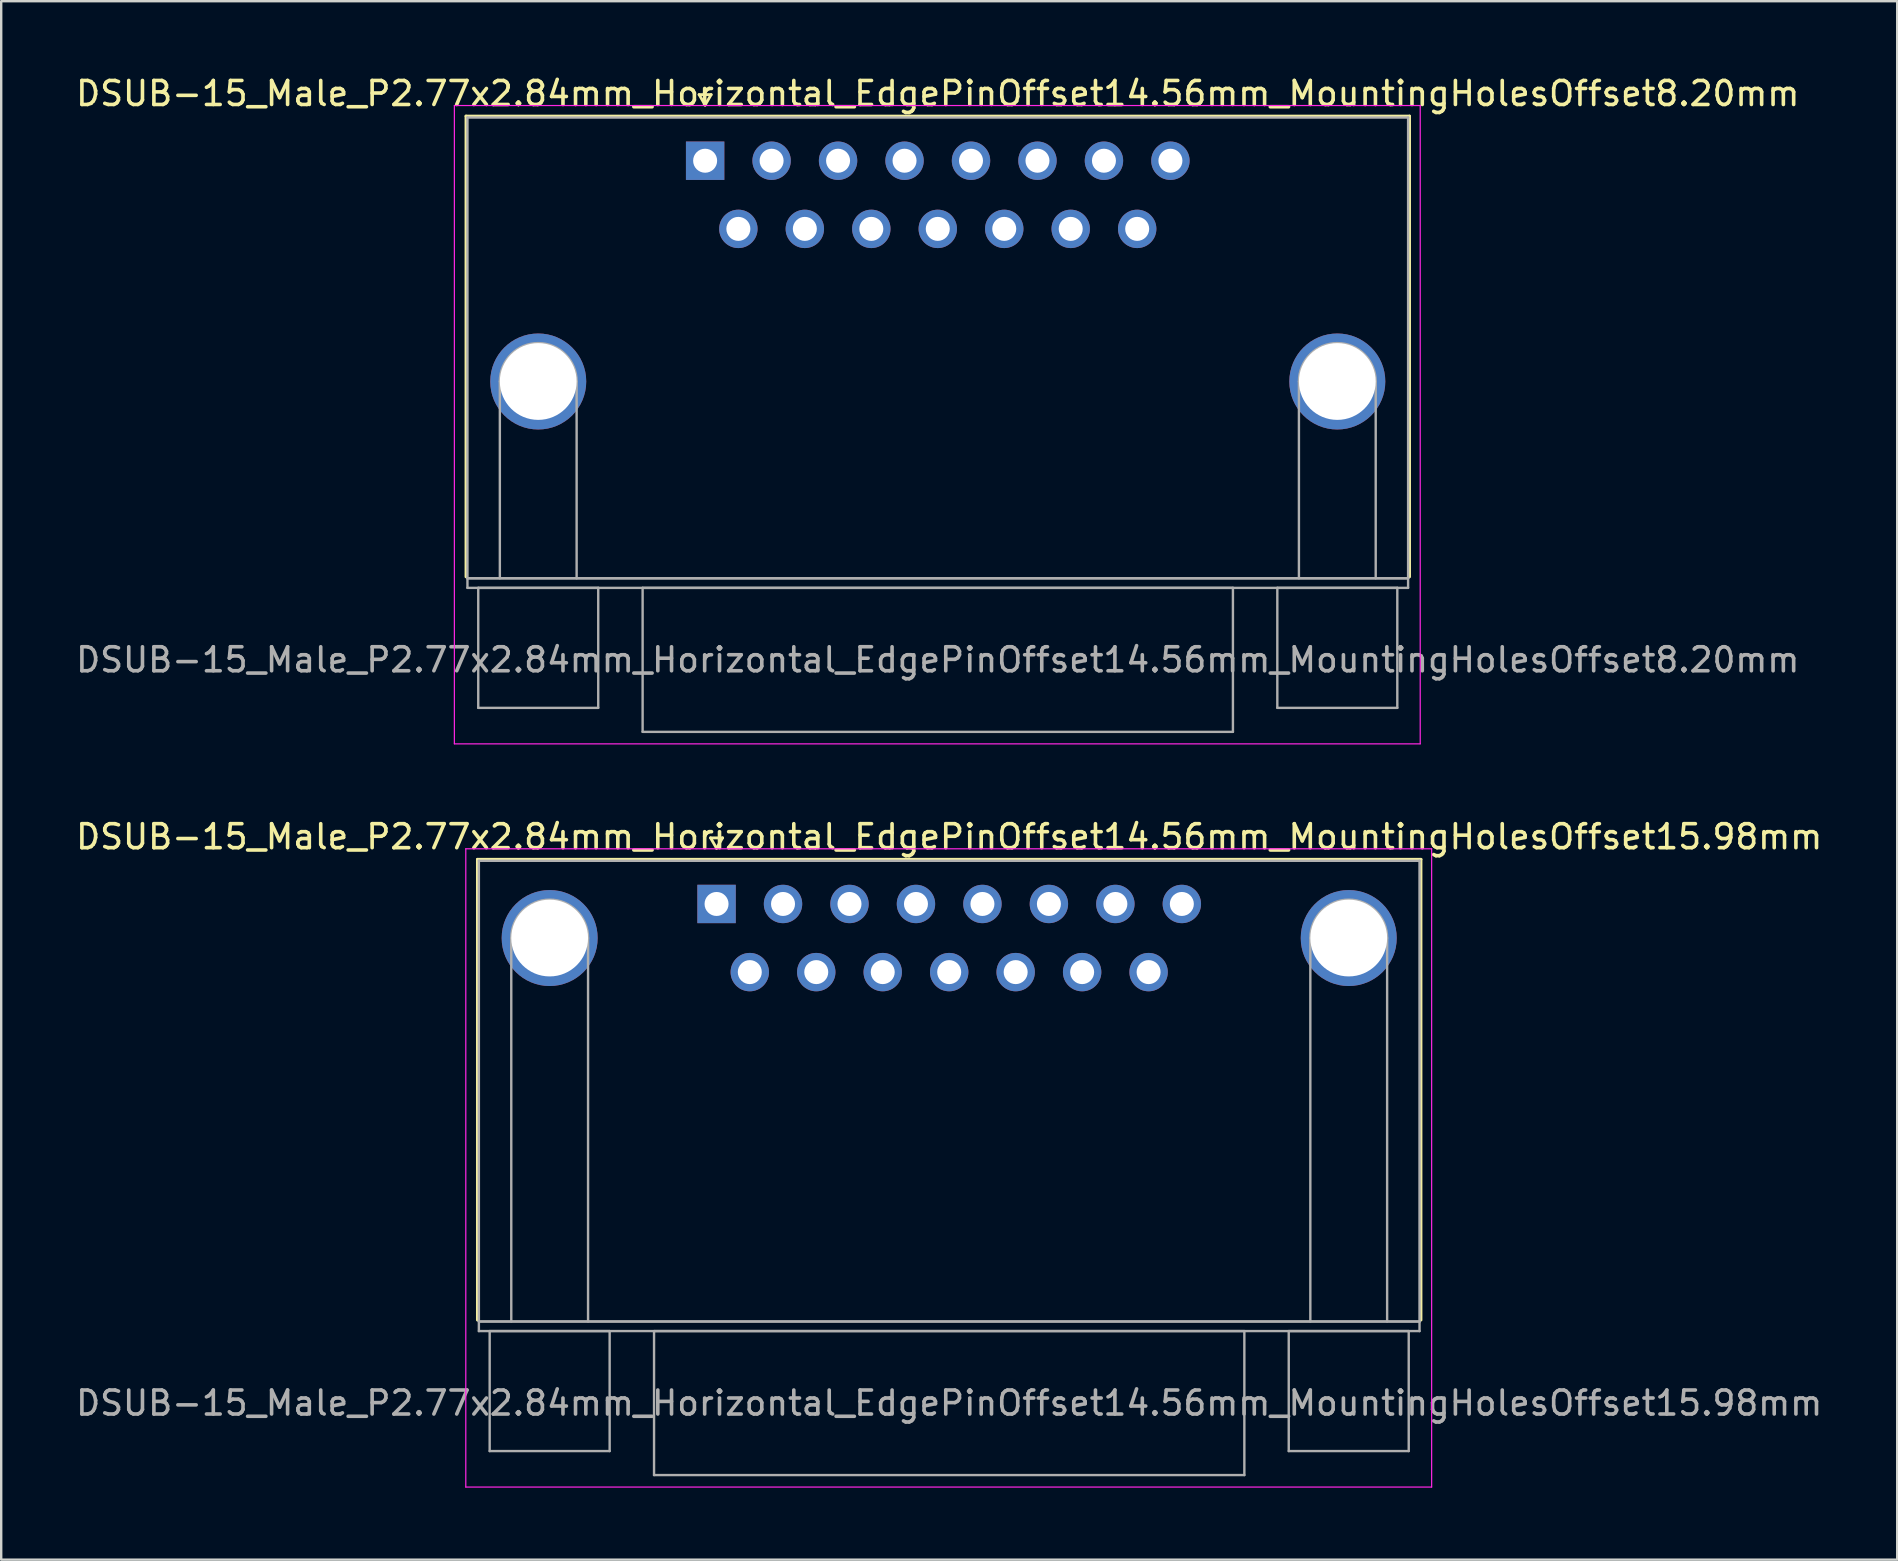
<source format=kicad_pcb>
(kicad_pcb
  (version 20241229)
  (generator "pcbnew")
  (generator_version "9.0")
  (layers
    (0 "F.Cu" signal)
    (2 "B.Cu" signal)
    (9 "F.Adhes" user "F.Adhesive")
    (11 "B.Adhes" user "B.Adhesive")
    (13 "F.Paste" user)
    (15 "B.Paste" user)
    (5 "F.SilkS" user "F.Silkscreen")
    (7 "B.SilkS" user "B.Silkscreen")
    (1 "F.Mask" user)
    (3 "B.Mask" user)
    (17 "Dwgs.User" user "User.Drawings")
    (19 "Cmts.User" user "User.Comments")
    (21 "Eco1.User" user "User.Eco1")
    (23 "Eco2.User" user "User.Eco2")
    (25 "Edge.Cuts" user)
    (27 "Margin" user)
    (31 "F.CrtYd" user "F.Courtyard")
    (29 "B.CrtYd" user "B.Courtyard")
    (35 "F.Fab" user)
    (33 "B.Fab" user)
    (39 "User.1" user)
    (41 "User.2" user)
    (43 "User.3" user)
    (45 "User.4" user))
  (footprint "DSUB-15_Male_P2.77x2.84mm_Horizontal_EdgePinOffset14.56mm_MountingHolesOffset15.98mm"
    (layer "F.Cu")
    (at 26.811 34.621)
    (property "Reference" "DSUB-15_Male_P2.77x2.84mm_Horizontal_EdgePinOffset14.56mm_MountingHolesOffset15.98mm" (at 9.695 -2.8 0) (layer "F.SilkS") (effects (font (size 1 1) (thickness 0.15))))
    (attr through_hole)
    (fp_line (start -9.965 -1.86) (end 29.355 -1.86) (stroke (width 0.12) (type solid)) (layer "F.SilkS"))
    (fp_line (start -9.965 17.34) (end -9.965 -1.86) (stroke (width 0.12) (type solid)) (layer "F.SilkS"))
    (fp_line (start -0.25 -2.754) (end 0.25 -2.754) (stroke (width 0.12) (type solid)) (layer "F.SilkS"))
    (fp_line (start 0 -2.321) (end -0.25 -2.754) (stroke (width 0.12) (type solid)) (layer "F.SilkS"))
    (fp_line (start 0.25 -2.754) (end 0 -2.321) (stroke (width 0.12) (type solid)) (layer "F.SilkS"))
    (fp_line (start 29.355 -1.86) (end 29.355 17.34) (stroke (width 0.12) (type solid)) (layer "F.SilkS"))
    (fp_line (start -10.45 -2.3) (end -10.45 24.3) (stroke (width 0.05) (type solid)) (layer "F.CrtYd"))
    (fp_line (start -10.45 24.3) (end 29.8 24.3) (stroke (width 0.05) (type solid)) (layer "F.CrtYd"))
    (fp_line (start 29.8 -2.3) (end -10.45 -2.3) (stroke (width 0.05) (type solid)) (layer "F.CrtYd"))
    (fp_line (start 29.8 24.3) (end 29.8 -2.3) (stroke (width 0.05) (type solid)) (layer "F.CrtYd"))
    (fp_line (start -9.905 -1.8) (end -9.905 17.4) (stroke (width 0.1) (type solid)) (layer "F.Fab"))
    (fp_line (start -9.905 17.4) (end -9.905 17.8) (stroke (width 0.1) (type solid)) (layer "F.Fab"))
    (fp_line (start -9.905 17.4) (end 29.295 17.4) (stroke (width 0.1) (type solid)) (layer "F.Fab"))
    (fp_line (start -9.905 17.8) (end 29.295 17.8) (stroke (width 0.1) (type solid)) (layer "F.Fab"))
    (fp_line (start -9.455 17.8) (end -9.455 22.8) (stroke (width 0.1) (type solid)) (layer "F.Fab"))
    (fp_line (start -9.455 22.8) (end -4.455 22.8) (stroke (width 0.1) (type solid)) (layer "F.Fab"))
    (fp_line (start -8.555 17.4) (end -8.555 1.42) (stroke (width 0.1) (type solid)) (layer "F.Fab"))
    (fp_line (start -5.355 17.4) (end -5.355 1.42) (stroke (width 0.1) (type solid)) (layer "F.Fab"))
    (fp_line (start -4.455 17.8) (end -9.455 17.8) (stroke (width 0.1) (type solid)) (layer "F.Fab"))
    (fp_line (start -4.455 22.8) (end -4.455 17.8) (stroke (width 0.1) (type solid)) (layer "F.Fab"))
    (fp_line (start -2.605 17.8) (end -2.605 23.8) (stroke (width 0.1) (type solid)) (layer "F.Fab"))
    (fp_line (start -2.605 23.8) (end 21.995 23.8) (stroke (width 0.1) (type solid)) (layer "F.Fab"))
    (fp_line (start 21.995 17.8) (end -2.605 17.8) (stroke (width 0.1) (type solid)) (layer "F.Fab"))
    (fp_line (start 21.995 23.8) (end 21.995 17.8) (stroke (width 0.1) (type solid)) (layer "F.Fab"))
    (fp_line (start 23.845 17.8) (end 23.845 22.8) (stroke (width 0.1) (type solid)) (layer "F.Fab"))
    (fp_line (start 23.845 22.8) (end 28.845 22.8) (stroke (width 0.1) (type solid)) (layer "F.Fab"))
    (fp_line (start 24.745 17.4) (end 24.745 1.42) (stroke (width 0.1) (type solid)) (layer "F.Fab"))
    (fp_line (start 27.945 17.4) (end 27.945 1.42) (stroke (width 0.1) (type solid)) (layer "F.Fab"))
    (fp_line (start 28.845 17.8) (end 23.845 17.8) (stroke (width 0.1) (type solid)) (layer "F.Fab"))
    (fp_line (start 28.845 22.8) (end 28.845 17.8) (stroke (width 0.1) (type solid)) (layer "F.Fab"))
    (fp_line (start 29.295 -1.8) (end -9.905 -1.8) (stroke (width 0.1) (type solid)) (layer "F.Fab"))
    (fp_line (start 29.295 17.4) (end -9.905 17.4) (stroke (width 0.1) (type solid)) (layer "F.Fab"))
    (fp_line (start 29.295 17.4) (end 29.295 -1.8) (stroke (width 0.1) (type solid)) (layer "F.Fab"))
    (fp_line (start 29.295 17.8) (end 29.295 17.4) (stroke (width 0.1) (type solid)) (layer "F.Fab"))
    (fp_arc (start -8.555 1.42) (mid -6.955 -0.18) (end -5.355 1.42) (stroke (width 0.1) (type solid)) (layer "F.Fab"))
    (fp_arc (start 24.745 1.42) (mid 26.345 -0.18) (end 27.945 1.42) (stroke (width 0.1) (type solid)) (layer "F.Fab"))
    (fp_text user "${REFERENCE}" (at 9.695 20.8 0) (layer "F.Fab") (effects (font (size 1 1) (thickness 0.15))))
    (pad "0" thru_hole circle (at -6.955 1.42) (size 4 4) (drill 3.2) (layers "*.Cu" "*.Mask"))
    (pad "0" thru_hole circle (at 26.345 1.42) (size 4 4) (drill 3.2) (layers "*.Cu" "*.Mask"))
    (pad "1" thru_hole rect (at 0 0) (size 1.6 1.6) (drill 1) (layers "*.Cu" "*.Mask"))
    (pad "2" thru_hole circle (at 2.77 0) (size 1.6 1.6) (drill 1) (layers "*.Cu" "*.Mask"))
    (pad "3" thru_hole circle (at 5.54 0) (size 1.6 1.6) (drill 1) (layers "*.Cu" "*.Mask"))
    (pad "4" thru_hole circle (at 8.31 0) (size 1.6 1.6) (drill 1) (layers "*.Cu" "*.Mask"))
    (pad "5" thru_hole circle (at 11.08 0) (size 1.6 1.6) (drill 1) (layers "*.Cu" "*.Mask"))
    (pad "6" thru_hole circle (at 13.85 0) (size 1.6 1.6) (drill 1) (layers "*.Cu" "*.Mask"))
    (pad "7" thru_hole circle (at 16.62 0) (size 1.6 1.6) (drill 1) (layers "*.Cu" "*.Mask"))
    (pad "8" thru_hole circle (at 19.39 0) (size 1.6 1.6) (drill 1) (layers "*.Cu" "*.Mask"))
    (pad "9" thru_hole circle (at 1.385 2.84) (size 1.6 1.6) (drill 1) (layers "*.Cu" "*.Mask"))
    (pad "10" thru_hole circle (at 4.155 2.84) (size 1.6 1.6) (drill 1) (layers "*.Cu" "*.Mask"))
    (pad "11" thru_hole circle (at 6.925 2.84) (size 1.6 1.6) (drill 1) (layers "*.Cu" "*.Mask"))
    (pad "12" thru_hole circle (at 9.695 2.84) (size 1.6 1.6) (drill 1) (layers "*.Cu" "*.Mask"))
    (pad "13" thru_hole circle (at 12.465 2.84) (size 1.6 1.6) (drill 1) (layers "*.Cu" "*.Mask"))
    (pad "14" thru_hole circle (at 15.235 2.84) (size 1.6 1.6) (drill 1) (layers "*.Cu" "*.Mask"))
    (pad "15" thru_hole circle (at 18.005 2.84) (size 1.6 1.6) (drill 1) (layers "*.Cu" "*.Mask")))
  (footprint "DSUB-15_Male_P2.77x2.84mm_Horizontal_EdgePinOffset14.56mm_MountingHolesOffset8.20mm"
    (layer "F.Cu")
    (at 26.335 3.648)
    (property "Reference" "DSUB-15_Male_P2.77x2.84mm_Horizontal_EdgePinOffset14.56mm_MountingHolesOffset8.20mm" (at 9.695 -2.8 0) (layer "F.SilkS") (effects (font (size 1 1) (thickness 0.15))))
    (attr through_hole)
    (fp_line (start -9.965 -1.86) (end 29.355 -1.86) (stroke (width 0.12) (type solid)) (layer "F.SilkS"))
    (fp_line (start -9.965 17.34) (end -9.965 -1.86) (stroke (width 0.12) (type solid)) (layer "F.SilkS"))
    (fp_line (start -0.25 -2.754) (end 0.25 -2.754) (stroke (width 0.12) (type solid)) (layer "F.SilkS"))
    (fp_line (start 0 -2.321) (end -0.25 -2.754) (stroke (width 0.12) (type solid)) (layer "F.SilkS"))
    (fp_line (start 0.25 -2.754) (end 0 -2.321) (stroke (width 0.12) (type solid)) (layer "F.SilkS"))
    (fp_line (start 29.355 -1.86) (end 29.355 17.34) (stroke (width 0.12) (type solid)) (layer "F.SilkS"))
    (fp_line (start -10.45 -2.3) (end -10.45 24.3) (stroke (width 0.05) (type solid)) (layer "F.CrtYd"))
    (fp_line (start -10.45 24.3) (end 29.8 24.3) (stroke (width 0.05) (type solid)) (layer "F.CrtYd"))
    (fp_line (start 29.8 -2.3) (end -10.45 -2.3) (stroke (width 0.05) (type solid)) (layer "F.CrtYd"))
    (fp_line (start 29.8 24.3) (end 29.8 -2.3) (stroke (width 0.05) (type solid)) (layer "F.CrtYd"))
    (fp_line (start -9.905 -1.8) (end -9.905 17.4) (stroke (width 0.1) (type solid)) (layer "F.Fab"))
    (fp_line (start -9.905 17.4) (end -9.905 17.8) (stroke (width 0.1) (type solid)) (layer "F.Fab"))
    (fp_line (start -9.905 17.4) (end 29.295 17.4) (stroke (width 0.1) (type solid)) (layer "F.Fab"))
    (fp_line (start -9.905 17.8) (end 29.295 17.8) (stroke (width 0.1) (type solid)) (layer "F.Fab"))
    (fp_line (start -9.455 17.8) (end -9.455 22.8) (stroke (width 0.1) (type solid)) (layer "F.Fab"))
    (fp_line (start -9.455 22.8) (end -4.455 22.8) (stroke (width 0.1) (type solid)) (layer "F.Fab"))
    (fp_line (start -8.555 17.4) (end -8.555 9.2) (stroke (width 0.1) (type solid)) (layer "F.Fab"))
    (fp_line (start -5.355 17.4) (end -5.355 9.2) (stroke (width 0.1) (type solid)) (layer "F.Fab"))
    (fp_line (start -4.455 17.8) (end -9.455 17.8) (stroke (width 0.1) (type solid)) (layer "F.Fab"))
    (fp_line (start -4.455 22.8) (end -4.455 17.8) (stroke (width 0.1) (type solid)) (layer "F.Fab"))
    (fp_line (start -2.605 17.8) (end -2.605 23.8) (stroke (width 0.1) (type solid)) (layer "F.Fab"))
    (fp_line (start -2.605 23.8) (end 21.995 23.8) (stroke (width 0.1) (type solid)) (layer "F.Fab"))
    (fp_line (start 21.995 17.8) (end -2.605 17.8) (stroke (width 0.1) (type solid)) (layer "F.Fab"))
    (fp_line (start 21.995 23.8) (end 21.995 17.8) (stroke (width 0.1) (type solid)) (layer "F.Fab"))
    (fp_line (start 23.845 17.8) (end 23.845 22.8) (stroke (width 0.1) (type solid)) (layer "F.Fab"))
    (fp_line (start 23.845 22.8) (end 28.845 22.8) (stroke (width 0.1) (type solid)) (layer "F.Fab"))
    (fp_line (start 24.745 17.4) (end 24.745 9.2) (stroke (width 0.1) (type solid)) (layer "F.Fab"))
    (fp_line (start 27.945 17.4) (end 27.945 9.2) (stroke (width 0.1) (type solid)) (layer "F.Fab"))
    (fp_line (start 28.845 17.8) (end 23.845 17.8) (stroke (width 0.1) (type solid)) (layer "F.Fab"))
    (fp_line (start 28.845 22.8) (end 28.845 17.8) (stroke (width 0.1) (type solid)) (layer "F.Fab"))
    (fp_line (start 29.295 -1.8) (end -9.905 -1.8) (stroke (width 0.1) (type solid)) (layer "F.Fab"))
    (fp_line (start 29.295 17.4) (end -9.905 17.4) (stroke (width 0.1) (type solid)) (layer "F.Fab"))
    (fp_line (start 29.295 17.4) (end 29.295 -1.8) (stroke (width 0.1) (type solid)) (layer "F.Fab"))
    (fp_line (start 29.295 17.8) (end 29.295 17.4) (stroke (width 0.1) (type solid)) (layer "F.Fab"))
    (fp_arc (start -8.555 9.2) (mid -6.955 7.6) (end -5.355 9.2) (stroke (width 0.1) (type solid)) (layer "F.Fab"))
    (fp_arc (start 24.745 9.2) (mid 26.345 7.6) (end 27.945 9.2) (stroke (width 0.1) (type solid)) (layer "F.Fab"))
    (fp_text user "${REFERENCE}" (at 9.695 20.8 0) (layer "F.Fab") (effects (font (size 1 1) (thickness 0.15))))
    (pad "0" thru_hole circle (at -6.955 9.2) (size 4 4) (drill 3.2) (layers "*.Cu" "*.Mask"))
    (pad "0" thru_hole circle (at 26.345 9.2) (size 4 4) (drill 3.2) (layers "*.Cu" "*.Mask"))
    (pad "1" thru_hole rect (at 0 0) (size 1.6 1.6) (drill 1) (layers "*.Cu" "*.Mask"))
    (pad "2" thru_hole circle (at 2.77 0) (size 1.6 1.6) (drill 1) (layers "*.Cu" "*.Mask"))
    (pad "3" thru_hole circle (at 5.54 0) (size 1.6 1.6) (drill 1) (layers "*.Cu" "*.Mask"))
    (pad "4" thru_hole circle (at 8.31 0) (size 1.6 1.6) (drill 1) (layers "*.Cu" "*.Mask"))
    (pad "5" thru_hole circle (at 11.08 0) (size 1.6 1.6) (drill 1) (layers "*.Cu" "*.Mask"))
    (pad "6" thru_hole circle (at 13.85 0) (size 1.6 1.6) (drill 1) (layers "*.Cu" "*.Mask"))
    (pad "7" thru_hole circle (at 16.62 0) (size 1.6 1.6) (drill 1) (layers "*.Cu" "*.Mask"))
    (pad "8" thru_hole circle (at 19.39 0) (size 1.6 1.6) (drill 1) (layers "*.Cu" "*.Mask"))
    (pad "9" thru_hole circle (at 1.385 2.84) (size 1.6 1.6) (drill 1) (layers "*.Cu" "*.Mask"))
    (pad "10" thru_hole circle (at 4.155 2.84) (size 1.6 1.6) (drill 1) (layers "*.Cu" "*.Mask"))
    (pad "11" thru_hole circle (at 6.925 2.84) (size 1.6 1.6) (drill 1) (layers "*.Cu" "*.Mask"))
    (pad "12" thru_hole circle (at 9.695 2.84) (size 1.6 1.6) (drill 1) (layers "*.Cu" "*.Mask"))
    (pad "13" thru_hole circle (at 12.465 2.84) (size 1.6 1.6) (drill 1) (layers "*.Cu" "*.Mask"))
    (pad "14" thru_hole circle (at 15.235 2.84) (size 1.6 1.6) (drill 1) (layers "*.Cu" "*.Mask"))
    (pad "15" thru_hole circle (at 18.005 2.84) (size 1.6 1.6) (drill 1) (layers "*.Cu" "*.Mask")))
  (gr_rect
    (start -3 -3)
    (end 76.012 61.947)
    (stroke (width 0.1) (type default))
    (fill no)
    (layer "Edge.Cuts")))
</source>
